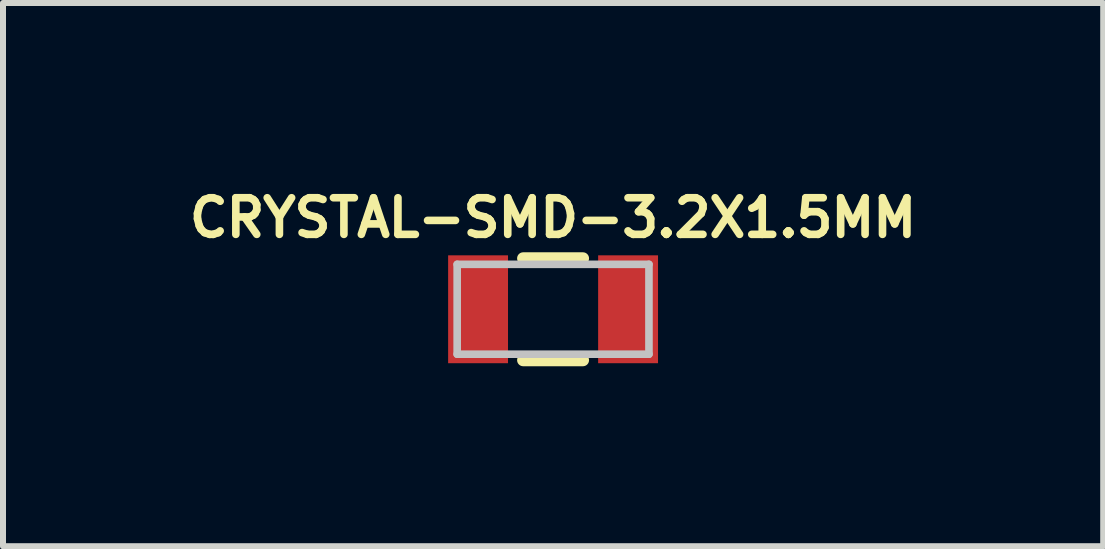
<source format=kicad_pcb>
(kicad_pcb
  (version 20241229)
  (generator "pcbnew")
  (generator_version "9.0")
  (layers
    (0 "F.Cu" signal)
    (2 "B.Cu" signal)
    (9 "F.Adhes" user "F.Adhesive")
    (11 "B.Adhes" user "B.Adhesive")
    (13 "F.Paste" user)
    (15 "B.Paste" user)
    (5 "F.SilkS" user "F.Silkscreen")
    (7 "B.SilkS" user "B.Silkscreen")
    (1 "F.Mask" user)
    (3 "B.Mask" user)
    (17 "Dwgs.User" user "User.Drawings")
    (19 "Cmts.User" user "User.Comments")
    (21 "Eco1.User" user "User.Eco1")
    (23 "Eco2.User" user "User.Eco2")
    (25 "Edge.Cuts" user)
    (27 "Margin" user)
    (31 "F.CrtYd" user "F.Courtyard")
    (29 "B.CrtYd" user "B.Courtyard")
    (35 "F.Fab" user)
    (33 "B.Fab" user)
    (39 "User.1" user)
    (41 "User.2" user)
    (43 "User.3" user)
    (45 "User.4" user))
  (footprint "CRYSTAL-SMD-3.2X1.5MM"
    (layer "F.Cu")
    (at 6.167 2.104)
    (property "Reference" "CRYSTAL-SMD-3.2X1.5MM" (at 0 -1.524 0) (layer "F.SilkS") (effects (font (size 0.61 0.61) (thickness 0.127))))
    (attr smd)
    (fp_line (start -0.498 -0.848) (end 0.498 -0.848) (stroke (width 0.203) (type solid)) (layer "F.SilkS"))
    (fp_line (start 0.498 0.848) (end -0.498 0.848) (stroke (width 0.203) (type solid)) (layer "F.SilkS"))
    (fp_line (start -1.598 -0.749) (end 1.598 -0.749) (stroke (width 0.127) (type solid)) (layer "Dwgs.User"))
    (fp_line (start -1.598 0.749) (end -1.598 -0.749) (stroke (width 0.127) (type solid)) (layer "Dwgs.User"))
    (fp_line (start 1.598 -0.749) (end 1.598 0.749) (stroke (width 0.127) (type solid)) (layer "Dwgs.User"))
    (fp_line (start 1.598 0.749) (end -1.598 0.749) (stroke (width 0.127) (type solid)) (layer "Dwgs.User"))
    (pad "P$1" smd rect (at -1.25 0) (size 0.998 1.798) (layers "F.Cu" "F.Mask" "F.Paste"))
    (pad "P$2" smd rect (at 1.25 0) (size 0.998 1.798) (layers "F.Cu" "F.Mask" "F.Paste")))
  (gr_rect
    (start -3 -3)
    (end 15.335 6.053)
    (stroke (width 0.1) (type default))
    (fill no)
    (layer "Edge.Cuts")))
</source>
